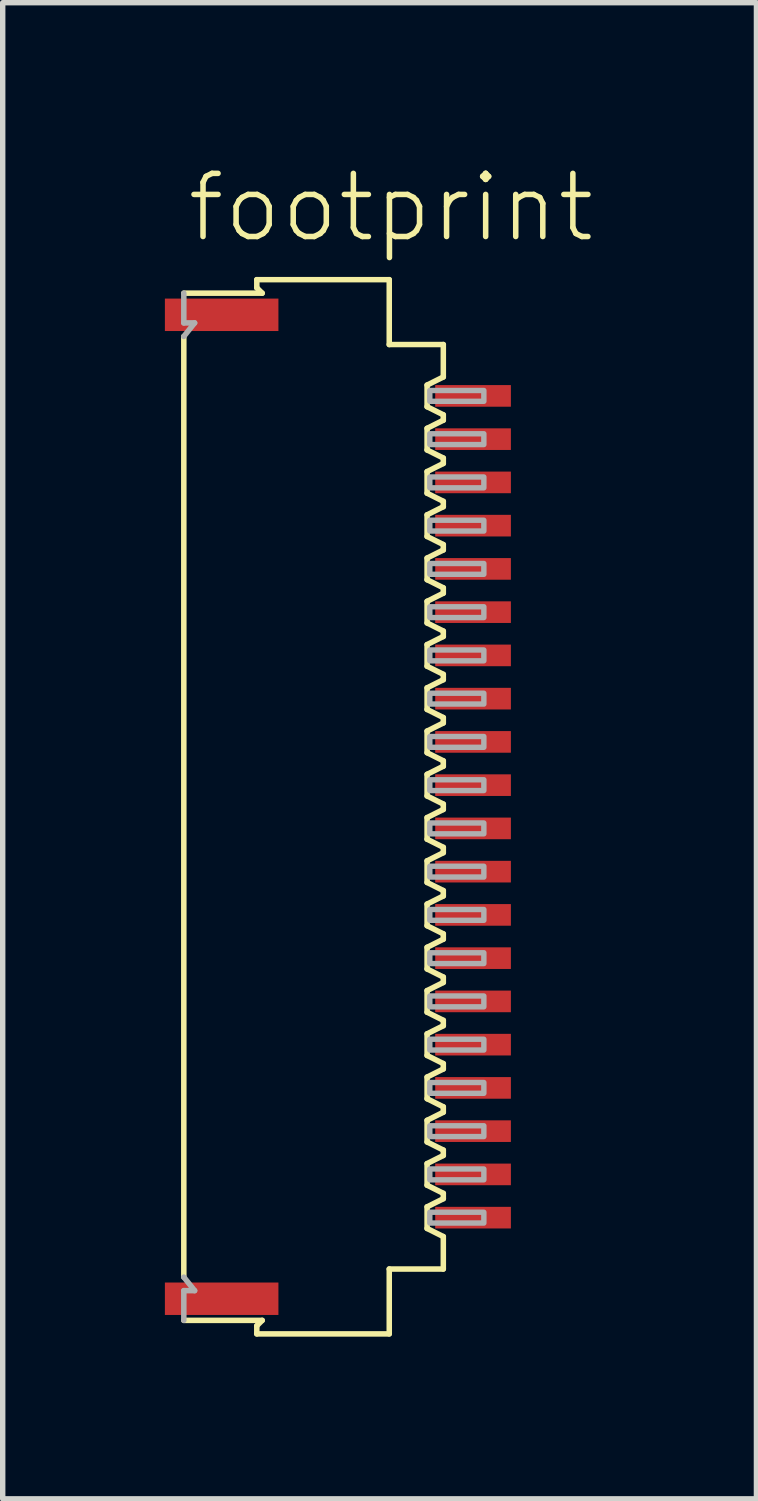
<source format=kicad_pcb>
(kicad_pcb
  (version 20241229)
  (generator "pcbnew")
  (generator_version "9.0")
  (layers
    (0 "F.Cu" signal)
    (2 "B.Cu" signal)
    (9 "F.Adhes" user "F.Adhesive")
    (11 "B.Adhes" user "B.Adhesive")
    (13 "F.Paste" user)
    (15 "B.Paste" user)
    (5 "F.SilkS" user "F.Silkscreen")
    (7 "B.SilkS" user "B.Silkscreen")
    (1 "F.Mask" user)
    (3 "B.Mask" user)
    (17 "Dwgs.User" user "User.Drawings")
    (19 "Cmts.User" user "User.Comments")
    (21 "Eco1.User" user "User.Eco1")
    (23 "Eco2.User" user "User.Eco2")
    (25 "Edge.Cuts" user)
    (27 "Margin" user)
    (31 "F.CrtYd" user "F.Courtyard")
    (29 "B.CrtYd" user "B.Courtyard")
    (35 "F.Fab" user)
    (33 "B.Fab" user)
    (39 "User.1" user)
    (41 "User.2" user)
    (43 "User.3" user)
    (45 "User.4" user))
  (footprint "footprint"
    (layer "F.Cu")
    (at 3.16 11.873)
    (property "Reference" "footprint" (at -2.8 -10.4 0) (layer "F.SilkS") (effects (font (size 1.168 1.168) (thickness 0.102)) (justify left bottom)))
    (fp_line (start -2.81 -8.7) (end -2.81 8.7) (stroke (width 0.102) (type solid)) (layer "F.SilkS"))
    (fp_line (start -1.46 -9.75) (end -1.46 -9.6) (stroke (width 0.102) (type solid)) (layer "F.SilkS"))
    (fp_line (start -1.46 -9.6) (end -1.36 -9.5) (stroke (width 0.102) (type solid)) (layer "F.SilkS"))
    (fp_line (start -1.46 9.6) (end -1.46 9.75) (stroke (width 0.102) (type solid)) (layer "F.SilkS"))
    (fp_line (start -1.36 -9.5) (end -2.81 -9.5) (stroke (width 0.102) (type solid)) (layer "F.SilkS"))
    (fp_line (start -1.36 9.5) (end -2.81 9.5) (stroke (width 0.102) (type solid)) (layer "F.SilkS"))
    (fp_line (start -1.36 9.5) (end -1.46 9.6) (stroke (width 0.102) (type solid)) (layer "F.SilkS"))
    (fp_line (start 0.99 -9.75) (end -1.46 -9.75) (stroke (width 0.102) (type solid)) (layer "F.SilkS"))
    (fp_line (start 0.99 -8.55) (end 0.99 -9.75) (stroke (width 0.102) (type solid)) (layer "F.SilkS"))
    (fp_line (start 0.99 8.55) (end 1.99 8.55) (stroke (width 0.102) (type solid)) (layer "F.SilkS"))
    (fp_line (start 0.99 9.75) (end -1.46 9.75) (stroke (width 0.102) (type solid)) (layer "F.SilkS"))
    (fp_line (start 0.99 9.75) (end 0.99 8.55) (stroke (width 0.102) (type solid)) (layer "F.SilkS"))
    (fp_line (start 1.69 -7.8) (end 1.99 -7.95) (stroke (width 0.102) (type solid)) (layer "F.SilkS"))
    (fp_line (start 1.69 -7.4) (end 1.69 -7.8) (stroke (width 0.102) (type solid)) (layer "F.SilkS"))
    (fp_line (start 1.69 -7) (end 1.69 -6.6) (stroke (width 0.102) (type solid)) (layer "F.SilkS"))
    (fp_line (start 1.69 -6.6) (end 1.99 -6.45) (stroke (width 0.102) (type solid)) (layer "F.SilkS"))
    (fp_line (start 1.69 -5.8) (end 1.69 -6.2) (stroke (width 0.102) (type solid)) (layer "F.SilkS"))
    (fp_line (start 1.69 -5.4) (end 1.69 -5) (stroke (width 0.102) (type solid)) (layer "F.SilkS"))
    (fp_line (start 1.69 -5) (end 1.99 -4.85) (stroke (width 0.102) (type solid)) (layer "F.SilkS"))
    (fp_line (start 1.69 -4.2) (end 1.69 -4.6) (stroke (width 0.102) (type solid)) (layer "F.SilkS"))
    (fp_line (start 1.69 -3.8) (end 1.69 -3.4) (stroke (width 0.102) (type solid)) (layer "F.SilkS"))
    (fp_line (start 1.69 -3.4) (end 1.99 -3.25) (stroke (width 0.102) (type solid)) (layer "F.SilkS"))
    (fp_line (start 1.69 -2.6) (end 1.69 -3) (stroke (width 0.102) (type solid)) (layer "F.SilkS"))
    (fp_line (start 1.69 -2.2) (end 1.69 -1.8) (stroke (width 0.102) (type solid)) (layer "F.SilkS"))
    (fp_line (start 1.69 -1.8) (end 1.99 -1.65) (stroke (width 0.102) (type solid)) (layer "F.SilkS"))
    (fp_line (start 1.69 -1) (end 1.69 -1.4) (stroke (width 0.102) (type solid)) (layer "F.SilkS"))
    (fp_line (start 1.69 -0.6) (end 1.69 -0.2) (stroke (width 0.102) (type solid)) (layer "F.SilkS"))
    (fp_line (start 1.69 -0.2) (end 1.99 -0.05) (stroke (width 0.102) (type solid)) (layer "F.SilkS"))
    (fp_line (start 1.69 0.6) (end 1.69 0.2) (stroke (width 0.102) (type solid)) (layer "F.SilkS"))
    (fp_line (start 1.69 1) (end 1.69 1.4) (stroke (width 0.102) (type solid)) (layer "F.SilkS"))
    (fp_line (start 1.69 1.4) (end 1.99 1.55) (stroke (width 0.102) (type solid)) (layer "F.SilkS"))
    (fp_line (start 1.69 2.2) (end 1.69 1.8) (stroke (width 0.102) (type solid)) (layer "F.SilkS"))
    (fp_line (start 1.69 2.6) (end 1.69 3) (stroke (width 0.102) (type solid)) (layer "F.SilkS"))
    (fp_line (start 1.69 3) (end 1.99 3.15) (stroke (width 0.102) (type solid)) (layer "F.SilkS"))
    (fp_line (start 1.69 3.8) (end 1.69 3.4) (stroke (width 0.102) (type solid)) (layer "F.SilkS"))
    (fp_line (start 1.69 4.2) (end 1.69 4.6) (stroke (width 0.102) (type solid)) (layer "F.SilkS"))
    (fp_line (start 1.69 4.6) (end 1.99 4.75) (stroke (width 0.102) (type solid)) (layer "F.SilkS"))
    (fp_line (start 1.69 5.4) (end 1.69 5) (stroke (width 0.102) (type solid)) (layer "F.SilkS"))
    (fp_line (start 1.69 5.8) (end 1.69 6.2) (stroke (width 0.102) (type solid)) (layer "F.SilkS"))
    (fp_line (start 1.69 6.2) (end 1.99 6.35) (stroke (width 0.102) (type solid)) (layer "F.SilkS"))
    (fp_line (start 1.69 7) (end 1.69 6.6) (stroke (width 0.102) (type solid)) (layer "F.SilkS"))
    (fp_line (start 1.69 7.4) (end 1.69 7.8) (stroke (width 0.102) (type solid)) (layer "F.SilkS"))
    (fp_line (start 1.69 7.8) (end 1.99 7.95) (stroke (width 0.102) (type solid)) (layer "F.SilkS"))
    (fp_line (start 1.99 -8.55) (end 0.99 -8.55) (stroke (width 0.102) (type solid)) (layer "F.SilkS"))
    (fp_line (start 1.99 -7.95) (end 1.99 -8.55) (stroke (width 0.102) (type solid)) (layer "F.SilkS"))
    (fp_line (start 1.99 -7.25) (end 1.69 -7.4) (stroke (width 0.102) (type solid)) (layer "F.SilkS"))
    (fp_line (start 1.99 -7.25) (end 1.99 -7.15) (stroke (width 0.102) (type solid)) (layer "F.SilkS"))
    (fp_line (start 1.99 -7.15) (end 1.69 -7) (stroke (width 0.102) (type solid)) (layer "F.SilkS"))
    (fp_line (start 1.99 -6.45) (end 1.99 -6.35) (stroke (width 0.102) (type solid)) (layer "F.SilkS"))
    (fp_line (start 1.99 -6.35) (end 1.69 -6.2) (stroke (width 0.102) (type solid)) (layer "F.SilkS"))
    (fp_line (start 1.99 -5.65) (end 1.69 -5.8) (stroke (width 0.102) (type solid)) (layer "F.SilkS"))
    (fp_line (start 1.99 -5.65) (end 1.99 -5.55) (stroke (width 0.102) (type solid)) (layer "F.SilkS"))
    (fp_line (start 1.99 -5.55) (end 1.69 -5.4) (stroke (width 0.102) (type solid)) (layer "F.SilkS"))
    (fp_line (start 1.99 -4.85) (end 1.99 -4.75) (stroke (width 0.102) (type solid)) (layer "F.SilkS"))
    (fp_line (start 1.99 -4.75) (end 1.69 -4.6) (stroke (width 0.102) (type solid)) (layer "F.SilkS"))
    (fp_line (start 1.99 -4.05) (end 1.69 -4.2) (stroke (width 0.102) (type solid)) (layer "F.SilkS"))
    (fp_line (start 1.99 -4.05) (end 1.99 -3.95) (stroke (width 0.102) (type solid)) (layer "F.SilkS"))
    (fp_line (start 1.99 -3.95) (end 1.69 -3.8) (stroke (width 0.102) (type solid)) (layer "F.SilkS"))
    (fp_line (start 1.99 -3.25) (end 1.99 -3.15) (stroke (width 0.102) (type solid)) (layer "F.SilkS"))
    (fp_line (start 1.99 -3.15) (end 1.69 -3) (stroke (width 0.102) (type solid)) (layer "F.SilkS"))
    (fp_line (start 1.99 -2.45) (end 1.69 -2.6) (stroke (width 0.102) (type solid)) (layer "F.SilkS"))
    (fp_line (start 1.99 -2.45) (end 1.99 -2.35) (stroke (width 0.102) (type solid)) (layer "F.SilkS"))
    (fp_line (start 1.99 -2.35) (end 1.69 -2.2) (stroke (width 0.102) (type solid)) (layer "F.SilkS"))
    (fp_line (start 1.99 -1.65) (end 1.99 -1.55) (stroke (width 0.102) (type solid)) (layer "F.SilkS"))
    (fp_line (start 1.99 -1.55) (end 1.69 -1.4) (stroke (width 0.102) (type solid)) (layer "F.SilkS"))
    (fp_line (start 1.99 -0.85) (end 1.69 -1) (stroke (width 0.102) (type solid)) (layer "F.SilkS"))
    (fp_line (start 1.99 -0.85) (end 1.99 -0.75) (stroke (width 0.102) (type solid)) (layer "F.SilkS"))
    (fp_line (start 1.99 -0.75) (end 1.69 -0.6) (stroke (width 0.102) (type solid)) (layer "F.SilkS"))
    (fp_line (start 1.99 -0.05) (end 1.99 0.05) (stroke (width 0.102) (type solid)) (layer "F.SilkS"))
    (fp_line (start 1.99 0.05) (end 1.69 0.2) (stroke (width 0.102) (type solid)) (layer "F.SilkS"))
    (fp_line (start 1.99 0.75) (end 1.69 0.6) (stroke (width 0.102) (type solid)) (layer "F.SilkS"))
    (fp_line (start 1.99 0.75) (end 1.99 0.85) (stroke (width 0.102) (type solid)) (layer "F.SilkS"))
    (fp_line (start 1.99 0.85) (end 1.69 1) (stroke (width 0.102) (type solid)) (layer "F.SilkS"))
    (fp_line (start 1.99 1.55) (end 1.99 1.65) (stroke (width 0.102) (type solid)) (layer "F.SilkS"))
    (fp_line (start 1.99 1.65) (end 1.69 1.8) (stroke (width 0.102) (type solid)) (layer "F.SilkS"))
    (fp_line (start 1.99 2.35) (end 1.69 2.2) (stroke (width 0.102) (type solid)) (layer "F.SilkS"))
    (fp_line (start 1.99 2.35) (end 1.99 2.45) (stroke (width 0.102) (type solid)) (layer "F.SilkS"))
    (fp_line (start 1.99 2.45) (end 1.69 2.6) (stroke (width 0.102) (type solid)) (layer "F.SilkS"))
    (fp_line (start 1.99 3.15) (end 1.99 3.25) (stroke (width 0.102) (type solid)) (layer "F.SilkS"))
    (fp_line (start 1.99 3.25) (end 1.69 3.4) (stroke (width 0.102) (type solid)) (layer "F.SilkS"))
    (fp_line (start 1.99 3.95) (end 1.69 3.8) (stroke (width 0.102) (type solid)) (layer "F.SilkS"))
    (fp_line (start 1.99 3.95) (end 1.99 4.05) (stroke (width 0.102) (type solid)) (layer "F.SilkS"))
    (fp_line (start 1.99 4.05) (end 1.69 4.2) (stroke (width 0.102) (type solid)) (layer "F.SilkS"))
    (fp_line (start 1.99 4.75) (end 1.99 4.85) (stroke (width 0.102) (type solid)) (layer "F.SilkS"))
    (fp_line (start 1.99 4.85) (end 1.69 5) (stroke (width 0.102) (type solid)) (layer "F.SilkS"))
    (fp_line (start 1.99 5.55) (end 1.69 5.4) (stroke (width 0.102) (type solid)) (layer "F.SilkS"))
    (fp_line (start 1.99 5.55) (end 1.99 5.65) (stroke (width 0.102) (type solid)) (layer "F.SilkS"))
    (fp_line (start 1.99 5.65) (end 1.69 5.8) (stroke (width 0.102) (type solid)) (layer "F.SilkS"))
    (fp_line (start 1.99 6.35) (end 1.99 6.45) (stroke (width 0.102) (type solid)) (layer "F.SilkS"))
    (fp_line (start 1.99 6.45) (end 1.69 6.6) (stroke (width 0.102) (type solid)) (layer "F.SilkS"))
    (fp_line (start 1.99 7.15) (end 1.69 7) (stroke (width 0.102) (type solid)) (layer "F.SilkS"))
    (fp_line (start 1.99 7.15) (end 1.99 7.25) (stroke (width 0.102) (type solid)) (layer "F.SilkS"))
    (fp_line (start 1.99 7.25) (end 1.69 7.4) (stroke (width 0.102) (type solid)) (layer "F.SilkS"))
    (fp_line (start 1.99 8.55) (end 1.99 7.95) (stroke (width 0.102) (type solid)) (layer "F.SilkS"))
    (fp_line (start -2.81 -9.5) (end -2.81 -8.95) (stroke (width 0.102) (type solid)) (layer "F.Fab"))
    (fp_line (start -2.81 -8.95) (end -2.61 -8.95) (stroke (width 0.102) (type solid)) (layer "F.Fab"))
    (fp_line (start -2.81 8.7) (end -2.61 8.95) (stroke (width 0.102) (type solid)) (layer "F.Fab"))
    (fp_line (start -2.81 8.95) (end -2.81 9.5) (stroke (width 0.102) (type solid)) (layer "F.Fab"))
    (fp_line (start -2.81 8.95) (end -2.61 8.95) (stroke (width 0.102) (type solid)) (layer "F.Fab"))
    (fp_line (start -2.61 -8.95) (end -2.81 -8.7) (stroke (width 0.102) (type solid)) (layer "F.Fab"))
    (fp_poly (pts (xy 1.74 -7.5) (xy 2.74 -7.5) (xy 2.74 -7.7) (xy 1.74 -7.7)) (stroke (width 0.1) (type solid)) (fill no) (layer "F.Fab"))
    (fp_poly (pts (xy 1.74 -6.7) (xy 2.74 -6.7) (xy 2.74 -6.9) (xy 1.74 -6.9)) (stroke (width 0.1) (type solid)) (fill no) (layer "F.Fab"))
    (fp_poly (pts (xy 1.74 -5.9) (xy 2.74 -5.9) (xy 2.74 -6.1) (xy 1.74 -6.1)) (stroke (width 0.1) (type solid)) (fill no) (layer "F.Fab"))
    (fp_poly (pts (xy 1.74 -5.1) (xy 2.74 -5.1) (xy 2.74 -5.3) (xy 1.74 -5.3)) (stroke (width 0.1) (type solid)) (fill no) (layer "F.Fab"))
    (fp_poly (pts (xy 1.74 -4.3) (xy 2.74 -4.3) (xy 2.74 -4.5) (xy 1.74 -4.5)) (stroke (width 0.1) (type solid)) (fill no) (layer "F.Fab"))
    (fp_poly (pts (xy 1.74 -3.5) (xy 2.74 -3.5) (xy 2.74 -3.7) (xy 1.74 -3.7)) (stroke (width 0.1) (type solid)) (fill no) (layer "F.Fab"))
    (fp_poly (pts (xy 1.74 -2.7) (xy 2.74 -2.7) (xy 2.74 -2.9) (xy 1.74 -2.9)) (stroke (width 0.1) (type solid)) (fill no) (layer "F.Fab"))
    (fp_poly (pts (xy 1.74 -1.9) (xy 2.74 -1.9) (xy 2.74 -2.1) (xy 1.74 -2.1)) (stroke (width 0.1) (type solid)) (fill no) (layer "F.Fab"))
    (fp_poly (pts (xy 1.74 -1.1) (xy 2.74 -1.1) (xy 2.74 -1.3) (xy 1.74 -1.3)) (stroke (width 0.1) (type solid)) (fill no) (layer "F.Fab"))
    (fp_poly (pts (xy 1.74 -0.3) (xy 2.74 -0.3) (xy 2.74 -0.5) (xy 1.74 -0.5)) (stroke (width 0.1) (type solid)) (fill no) (layer "F.Fab"))
    (fp_poly (pts (xy 1.74 0.5) (xy 2.74 0.5) (xy 2.74 0.3) (xy 1.74 0.3)) (stroke (width 0.1) (type solid)) (fill no) (layer "F.Fab"))
    (fp_poly (pts (xy 1.74 1.3) (xy 2.74 1.3) (xy 2.74 1.1) (xy 1.74 1.1)) (stroke (width 0.1) (type solid)) (fill no) (layer "F.Fab"))
    (fp_poly (pts (xy 1.74 2.1) (xy 2.74 2.1) (xy 2.74 1.9) (xy 1.74 1.9)) (stroke (width 0.1) (type solid)) (fill no) (layer "F.Fab"))
    (fp_poly (pts (xy 1.74 2.9) (xy 2.74 2.9) (xy 2.74 2.7) (xy 1.74 2.7)) (stroke (width 0.1) (type solid)) (fill no) (layer "F.Fab"))
    (fp_poly (pts (xy 1.74 3.7) (xy 2.74 3.7) (xy 2.74 3.5) (xy 1.74 3.5)) (stroke (width 0.1) (type solid)) (fill no) (layer "F.Fab"))
    (fp_poly (pts (xy 1.74 4.5) (xy 2.74 4.5) (xy 2.74 4.3) (xy 1.74 4.3)) (stroke (width 0.1) (type solid)) (fill no) (layer "F.Fab"))
    (fp_poly (pts (xy 1.74 5.3) (xy 2.74 5.3) (xy 2.74 5.1) (xy 1.74 5.1)) (stroke (width 0.1) (type solid)) (fill no) (layer "F.Fab"))
    (fp_poly (pts (xy 1.74 6.1) (xy 2.74 6.1) (xy 2.74 5.9) (xy 1.74 5.9)) (stroke (width 0.1) (type solid)) (fill no) (layer "F.Fab"))
    (fp_poly (pts (xy 1.74 6.9) (xy 2.74 6.9) (xy 2.74 6.7) (xy 1.74 6.7)) (stroke (width 0.1) (type solid)) (fill no) (layer "F.Fab"))
    (fp_poly (pts (xy 1.74 7.7) (xy 2.74 7.7) (xy 2.74 7.5) (xy 1.74 7.5)) (stroke (width 0.1) (type solid)) (fill no) (layer "F.Fab"))
    (pad "1" smd rect (at 2.54 -7.6) (size 1.4 0.4) (layers "F.Cu" "F.Mask" "F.Paste"))
    (pad "2" smd rect (at 2.54 -6.8) (size 1.4 0.4) (layers "F.Cu" "F.Mask" "F.Paste"))
    (pad "3" smd rect (at 2.54 -6) (size 1.4 0.4) (layers "F.Cu" "F.Mask" "F.Paste"))
    (pad "4" smd rect (at 2.54 -5.2) (size 1.4 0.4) (layers "F.Cu" "F.Mask" "F.Paste"))
    (pad "5" smd rect (at 2.54 -4.4) (size 1.4 0.4) (layers "F.Cu" "F.Mask" "F.Paste"))
    (pad "6" smd rect (at 2.54 -3.6) (size 1.4 0.4) (layers "F.Cu" "F.Mask" "F.Paste"))
    (pad "7" smd rect (at 2.54 -2.8) (size 1.4 0.4) (layers "F.Cu" "F.Mask" "F.Paste"))
    (pad "8" smd rect (at 2.54 -2) (size 1.4 0.4) (layers "F.Cu" "F.Mask" "F.Paste"))
    (pad "9" smd rect (at 2.54 -1.2) (size 1.4 0.4) (layers "F.Cu" "F.Mask" "F.Paste"))
    (pad "10" smd rect (at 2.54 -0.4) (size 1.4 0.4) (layers "F.Cu" "F.Mask" "F.Paste"))
    (pad "11" smd rect (at 2.54 0.4) (size 1.4 0.4) (layers "F.Cu" "F.Mask" "F.Paste"))
    (pad "12" smd rect (at 2.54 1.2) (size 1.4 0.4) (layers "F.Cu" "F.Mask" "F.Paste"))
    (pad "13" smd rect (at 2.54 2) (size 1.4 0.4) (layers "F.Cu" "F.Mask" "F.Paste"))
    (pad "14" smd rect (at 2.54 2.8) (size 1.4 0.4) (layers "F.Cu" "F.Mask" "F.Paste"))
    (pad "15" smd rect (at 2.54 3.6) (size 1.4 0.4) (layers "F.Cu" "F.Mask" "F.Paste"))
    (pad "16" smd rect (at 2.54 4.4) (size 1.4 0.4) (layers "F.Cu" "F.Mask" "F.Paste"))
    (pad "17" smd rect (at 2.54 5.2) (size 1.4 0.4) (layers "F.Cu" "F.Mask" "F.Paste"))
    (pad "18" smd rect (at 2.54 6) (size 1.4 0.4) (layers "F.Cu" "F.Mask" "F.Paste"))
    (pad "19" smd rect (at 2.54 6.8) (size 1.4 0.4) (layers "F.Cu" "F.Mask" "F.Paste"))
    (pad "20" smd rect (at 2.54 7.6) (size 1.4 0.4) (layers "F.Cu" "F.Mask" "F.Paste"))
    (pad "M1" smd rect (at -2.11 -9.1) (size 2.1 0.6) (layers "F.Cu" "F.Mask" "F.Paste"))
    (pad "M2" smd rect (at -2.11 9.1) (size 2.1 0.6) (layers "F.Cu" "F.Mask" "F.Paste")))
  (gr_rect
    (start -3 -3)
    (end 10.942 24.674)
    (stroke (width 0.1) (type default))
    (fill no)
    (layer "Edge.Cuts")))
</source>
